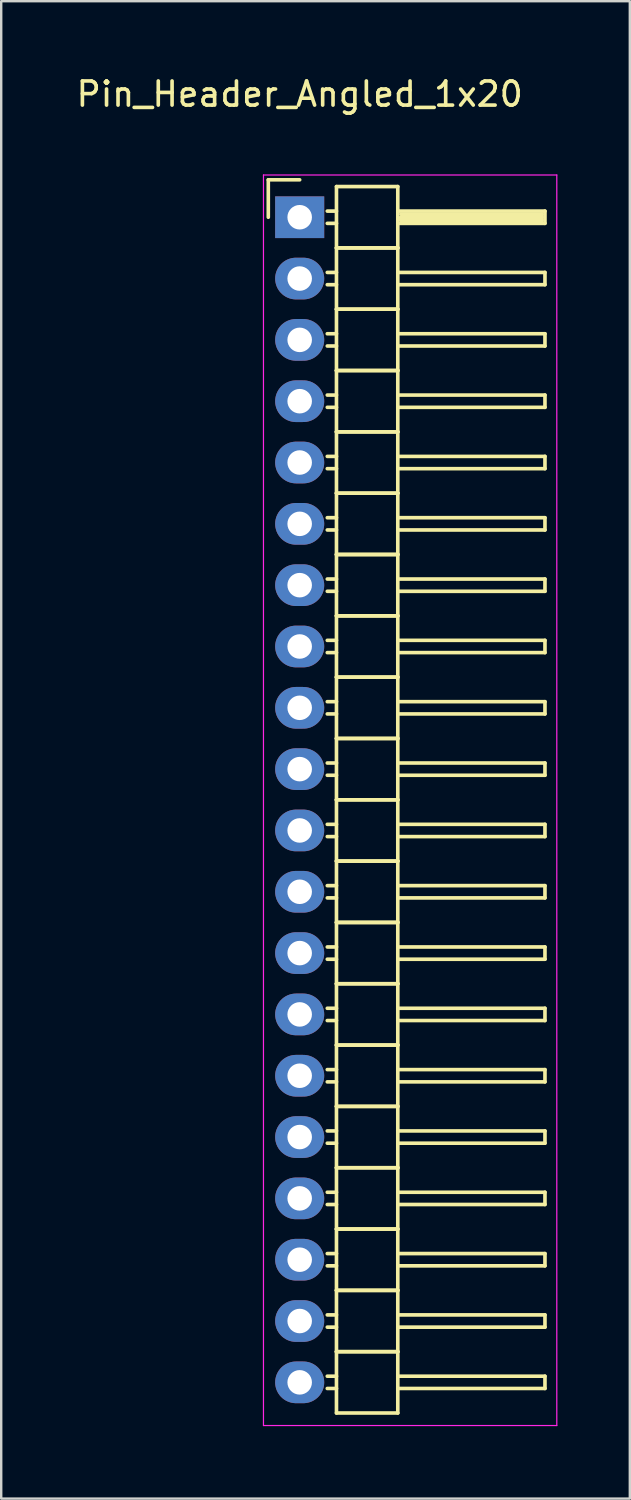
<source format=kicad_pcb>
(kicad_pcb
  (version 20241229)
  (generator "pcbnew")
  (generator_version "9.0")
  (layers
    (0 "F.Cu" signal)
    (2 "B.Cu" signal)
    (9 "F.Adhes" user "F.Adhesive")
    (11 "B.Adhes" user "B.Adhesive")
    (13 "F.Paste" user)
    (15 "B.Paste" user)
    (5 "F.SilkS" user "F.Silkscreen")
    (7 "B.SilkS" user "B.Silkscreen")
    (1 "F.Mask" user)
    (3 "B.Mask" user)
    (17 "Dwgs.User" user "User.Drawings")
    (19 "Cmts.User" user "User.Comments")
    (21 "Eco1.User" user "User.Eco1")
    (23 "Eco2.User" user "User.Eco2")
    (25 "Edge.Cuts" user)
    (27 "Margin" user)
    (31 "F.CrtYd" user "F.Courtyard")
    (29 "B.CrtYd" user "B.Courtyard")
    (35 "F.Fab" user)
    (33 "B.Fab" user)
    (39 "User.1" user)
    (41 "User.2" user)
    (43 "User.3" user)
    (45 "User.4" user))
  (footprint "Pin_Header_Angled_1x20"
    (layer "F.Cu")
    (at 9.363 5.948)
    (property "Reference" "Pin_Header_Angled_1x20" (at 0 -5.1 0) (layer "F.SilkS") (effects (font (size 1 1) (thickness 0.15))))
    (attr through_hole)
    (fp_line (start -1.3 -1.55) (end -1.3 0) (stroke (width 0.15) (type solid)) (layer "F.SilkS"))
    (fp_line (start 0 -1.55) (end -1.3 -1.55) (stroke (width 0.15) (type solid)) (layer "F.SilkS"))
    (fp_line (start 1.524 -1.27) (end 1.524 1.27) (stroke (width 0.15) (type solid)) (layer "F.SilkS"))
    (fp_line (start 1.524 -1.27) (end 4.064 -1.27) (stroke (width 0.15) (type solid)) (layer "F.SilkS"))
    (fp_line (start 1.524 -0.254) (end 1.143 -0.254) (stroke (width 0.15) (type solid)) (layer "F.SilkS"))
    (fp_line (start 1.524 0.254) (end 1.143 0.254) (stroke (width 0.15) (type solid)) (layer "F.SilkS"))
    (fp_line (start 1.524 1.27) (end 1.524 3.81) (stroke (width 0.15) (type solid)) (layer "F.SilkS"))
    (fp_line (start 1.524 1.27) (end 4.064 1.27) (stroke (width 0.15) (type solid)) (layer "F.SilkS"))
    (fp_line (start 1.524 1.27) (end 4.064 1.27) (stroke (width 0.15) (type solid)) (layer "F.SilkS"))
    (fp_line (start 1.524 2.286) (end 1.143 2.286) (stroke (width 0.15) (type solid)) (layer "F.SilkS"))
    (fp_line (start 1.524 2.794) (end 1.143 2.794) (stroke (width 0.15) (type solid)) (layer "F.SilkS"))
    (fp_line (start 1.524 3.81) (end 1.524 6.35) (stroke (width 0.15) (type solid)) (layer "F.SilkS"))
    (fp_line (start 1.524 3.81) (end 4.064 3.81) (stroke (width 0.15) (type solid)) (layer "F.SilkS"))
    (fp_line (start 1.524 3.81) (end 4.064 3.81) (stroke (width 0.15) (type solid)) (layer "F.SilkS"))
    (fp_line (start 1.524 4.826) (end 1.143 4.826) (stroke (width 0.15) (type solid)) (layer "F.SilkS"))
    (fp_line (start 1.524 5.334) (end 1.143 5.334) (stroke (width 0.15) (type solid)) (layer "F.SilkS"))
    (fp_line (start 1.524 6.35) (end 1.524 8.89) (stroke (width 0.15) (type solid)) (layer "F.SilkS"))
    (fp_line (start 1.524 6.35) (end 4.064 6.35) (stroke (width 0.15) (type solid)) (layer "F.SilkS"))
    (fp_line (start 1.524 6.35) (end 4.064 6.35) (stroke (width 0.15) (type solid)) (layer "F.SilkS"))
    (fp_line (start 1.524 7.366) (end 1.143 7.366) (stroke (width 0.15) (type solid)) (layer "F.SilkS"))
    (fp_line (start 1.524 7.874) (end 1.143 7.874) (stroke (width 0.15) (type solid)) (layer "F.SilkS"))
    (fp_line (start 1.524 8.89) (end 1.524 11.43) (stroke (width 0.15) (type solid)) (layer "F.SilkS"))
    (fp_line (start 1.524 8.89) (end 4.064 8.89) (stroke (width 0.15) (type solid)) (layer "F.SilkS"))
    (fp_line (start 1.524 8.89) (end 4.064 8.89) (stroke (width 0.15) (type solid)) (layer "F.SilkS"))
    (fp_line (start 1.524 9.906) (end 1.143 9.906) (stroke (width 0.15) (type solid)) (layer "F.SilkS"))
    (fp_line (start 1.524 10.414) (end 1.143 10.414) (stroke (width 0.15) (type solid)) (layer "F.SilkS"))
    (fp_line (start 1.524 11.43) (end 1.524 13.97) (stroke (width 0.15) (type solid)) (layer "F.SilkS"))
    (fp_line (start 1.524 11.43) (end 4.064 11.43) (stroke (width 0.15) (type solid)) (layer "F.SilkS"))
    (fp_line (start 1.524 11.43) (end 4.064 11.43) (stroke (width 0.15) (type solid)) (layer "F.SilkS"))
    (fp_line (start 1.524 12.446) (end 1.143 12.446) (stroke (width 0.15) (type solid)) (layer "F.SilkS"))
    (fp_line (start 1.524 12.954) (end 1.143 12.954) (stroke (width 0.15) (type solid)) (layer "F.SilkS"))
    (fp_line (start 1.524 13.97) (end 1.524 16.51) (stroke (width 0.15) (type solid)) (layer "F.SilkS"))
    (fp_line (start 1.524 13.97) (end 4.064 13.97) (stroke (width 0.15) (type solid)) (layer "F.SilkS"))
    (fp_line (start 1.524 13.97) (end 4.064 13.97) (stroke (width 0.15) (type solid)) (layer "F.SilkS"))
    (fp_line (start 1.524 14.986) (end 1.143 14.986) (stroke (width 0.15) (type solid)) (layer "F.SilkS"))
    (fp_line (start 1.524 15.494) (end 1.143 15.494) (stroke (width 0.15) (type solid)) (layer "F.SilkS"))
    (fp_line (start 1.524 16.51) (end 1.524 19.05) (stroke (width 0.15) (type solid)) (layer "F.SilkS"))
    (fp_line (start 1.524 16.51) (end 4.064 16.51) (stroke (width 0.15) (type solid)) (layer "F.SilkS"))
    (fp_line (start 1.524 16.51) (end 4.064 16.51) (stroke (width 0.15) (type solid)) (layer "F.SilkS"))
    (fp_line (start 1.524 17.526) (end 1.143 17.526) (stroke (width 0.15) (type solid)) (layer "F.SilkS"))
    (fp_line (start 1.524 18.034) (end 1.143 18.034) (stroke (width 0.15) (type solid)) (layer "F.SilkS"))
    (fp_line (start 1.524 19.05) (end 1.524 21.59) (stroke (width 0.15) (type solid)) (layer "F.SilkS"))
    (fp_line (start 1.524 19.05) (end 4.064 19.05) (stroke (width 0.15) (type solid)) (layer "F.SilkS"))
    (fp_line (start 1.524 19.05) (end 4.064 19.05) (stroke (width 0.15) (type solid)) (layer "F.SilkS"))
    (fp_line (start 1.524 20.066) (end 1.143 20.066) (stroke (width 0.15) (type solid)) (layer "F.SilkS"))
    (fp_line (start 1.524 20.574) (end 1.143 20.574) (stroke (width 0.15) (type solid)) (layer "F.SilkS"))
    (fp_line (start 1.524 21.59) (end 1.524 24.13) (stroke (width 0.15) (type solid)) (layer "F.SilkS"))
    (fp_line (start 1.524 21.59) (end 4.064 21.59) (stroke (width 0.15) (type solid)) (layer "F.SilkS"))
    (fp_line (start 1.524 21.59) (end 4.064 21.59) (stroke (width 0.15) (type solid)) (layer "F.SilkS"))
    (fp_line (start 1.524 22.606) (end 1.143 22.606) (stroke (width 0.15) (type solid)) (layer "F.SilkS"))
    (fp_line (start 1.524 23.114) (end 1.143 23.114) (stroke (width 0.15) (type solid)) (layer "F.SilkS"))
    (fp_line (start 1.524 24.13) (end 1.524 26.67) (stroke (width 0.15) (type solid)) (layer "F.SilkS"))
    (fp_line (start 1.524 24.13) (end 4.064 24.13) (stroke (width 0.15) (type solid)) (layer "F.SilkS"))
    (fp_line (start 1.524 24.13) (end 4.064 24.13) (stroke (width 0.15) (type solid)) (layer "F.SilkS"))
    (fp_line (start 1.524 25.146) (end 1.143 25.146) (stroke (width 0.15) (type solid)) (layer "F.SilkS"))
    (fp_line (start 1.524 25.654) (end 1.143 25.654) (stroke (width 0.15) (type solid)) (layer "F.SilkS"))
    (fp_line (start 1.524 26.67) (end 1.524 29.21) (stroke (width 0.15) (type solid)) (layer "F.SilkS"))
    (fp_line (start 1.524 26.67) (end 4.064 26.67) (stroke (width 0.15) (type solid)) (layer "F.SilkS"))
    (fp_line (start 1.524 26.67) (end 4.064 26.67) (stroke (width 0.15) (type solid)) (layer "F.SilkS"))
    (fp_line (start 1.524 27.686) (end 1.143 27.686) (stroke (width 0.15) (type solid)) (layer "F.SilkS"))
    (fp_line (start 1.524 28.194) (end 1.143 28.194) (stroke (width 0.15) (type solid)) (layer "F.SilkS"))
    (fp_line (start 1.524 29.21) (end 1.524 31.75) (stroke (width 0.15) (type solid)) (layer "F.SilkS"))
    (fp_line (start 1.524 29.21) (end 4.064 29.21) (stroke (width 0.15) (type solid)) (layer "F.SilkS"))
    (fp_line (start 1.524 29.21) (end 4.064 29.21) (stroke (width 0.15) (type solid)) (layer "F.SilkS"))
    (fp_line (start 1.524 30.226) (end 1.143 30.226) (stroke (width 0.15) (type solid)) (layer "F.SilkS"))
    (fp_line (start 1.524 30.734) (end 1.143 30.734) (stroke (width 0.15) (type solid)) (layer "F.SilkS"))
    (fp_line (start 1.524 31.75) (end 1.524 34.29) (stroke (width 0.15) (type solid)) (layer "F.SilkS"))
    (fp_line (start 1.524 31.75) (end 4.064 31.75) (stroke (width 0.15) (type solid)) (layer "F.SilkS"))
    (fp_line (start 1.524 31.75) (end 4.064 31.75) (stroke (width 0.15) (type solid)) (layer "F.SilkS"))
    (fp_line (start 1.524 32.766) (end 1.143 32.766) (stroke (width 0.15) (type solid)) (layer "F.SilkS"))
    (fp_line (start 1.524 33.274) (end 1.143 33.274) (stroke (width 0.15) (type solid)) (layer "F.SilkS"))
    (fp_line (start 1.524 34.29) (end 1.524 36.83) (stroke (width 0.15) (type solid)) (layer "F.SilkS"))
    (fp_line (start 1.524 34.29) (end 4.064 34.29) (stroke (width 0.15) (type solid)) (layer "F.SilkS"))
    (fp_line (start 1.524 34.29) (end 4.064 34.29) (stroke (width 0.15) (type solid)) (layer "F.SilkS"))
    (fp_line (start 1.524 35.306) (end 1.143 35.306) (stroke (width 0.15) (type solid)) (layer "F.SilkS"))
    (fp_line (start 1.524 35.814) (end 1.143 35.814) (stroke (width 0.15) (type solid)) (layer "F.SilkS"))
    (fp_line (start 1.524 36.83) (end 1.524 39.37) (stroke (width 0.15) (type solid)) (layer "F.SilkS"))
    (fp_line (start 1.524 36.83) (end 4.064 36.83) (stroke (width 0.15) (type solid)) (layer "F.SilkS"))
    (fp_line (start 1.524 36.83) (end 4.064 36.83) (stroke (width 0.15) (type solid)) (layer "F.SilkS"))
    (fp_line (start 1.524 37.846) (end 1.143 37.846) (stroke (width 0.15) (type solid)) (layer "F.SilkS"))
    (fp_line (start 1.524 38.354) (end 1.143 38.354) (stroke (width 0.15) (type solid)) (layer "F.SilkS"))
    (fp_line (start 1.524 39.37) (end 1.524 41.91) (stroke (width 0.15) (type solid)) (layer "F.SilkS"))
    (fp_line (start 1.524 39.37) (end 4.064 39.37) (stroke (width 0.15) (type solid)) (layer "F.SilkS"))
    (fp_line (start 1.524 39.37) (end 4.064 39.37) (stroke (width 0.15) (type solid)) (layer "F.SilkS"))
    (fp_line (start 1.524 40.386) (end 1.143 40.386) (stroke (width 0.15) (type solid)) (layer "F.SilkS"))
    (fp_line (start 1.524 40.894) (end 1.143 40.894) (stroke (width 0.15) (type solid)) (layer "F.SilkS"))
    (fp_line (start 1.524 41.91) (end 1.524 44.45) (stroke (width 0.15) (type solid)) (layer "F.SilkS"))
    (fp_line (start 1.524 41.91) (end 4.064 41.91) (stroke (width 0.15) (type solid)) (layer "F.SilkS"))
    (fp_line (start 1.524 41.91) (end 4.064 41.91) (stroke (width 0.15) (type solid)) (layer "F.SilkS"))
    (fp_line (start 1.524 42.926) (end 1.143 42.926) (stroke (width 0.15) (type solid)) (layer "F.SilkS"))
    (fp_line (start 1.524 43.434) (end 1.143 43.434) (stroke (width 0.15) (type solid)) (layer "F.SilkS"))
    (fp_line (start 1.524 44.45) (end 1.524 46.99) (stroke (width 0.15) (type solid)) (layer "F.SilkS"))
    (fp_line (start 1.524 44.45) (end 4.064 44.45) (stroke (width 0.15) (type solid)) (layer "F.SilkS"))
    (fp_line (start 1.524 44.45) (end 4.064 44.45) (stroke (width 0.15) (type solid)) (layer "F.SilkS"))
    (fp_line (start 1.524 45.466) (end 1.143 45.466) (stroke (width 0.15) (type solid)) (layer "F.SilkS"))
    (fp_line (start 1.524 45.974) (end 1.143 45.974) (stroke (width 0.15) (type solid)) (layer "F.SilkS"))
    (fp_line (start 1.524 46.99) (end 1.524 49.53) (stroke (width 0.15) (type solid)) (layer "F.SilkS"))
    (fp_line (start 1.524 46.99) (end 4.064 46.99) (stroke (width 0.15) (type solid)) (layer "F.SilkS"))
    (fp_line (start 1.524 46.99) (end 4.064 46.99) (stroke (width 0.15) (type solid)) (layer "F.SilkS"))
    (fp_line (start 1.524 48.006) (end 1.143 48.006) (stroke (width 0.15) (type solid)) (layer "F.SilkS"))
    (fp_line (start 1.524 48.514) (end 1.143 48.514) (stroke (width 0.15) (type solid)) (layer "F.SilkS"))
    (fp_line (start 1.524 49.53) (end 4.064 49.53) (stroke (width 0.15) (type solid)) (layer "F.SilkS"))
    (fp_line (start 4.064 -0.254) (end 10.16 -0.254) (stroke (width 0.15) (type solid)) (layer "F.SilkS"))
    (fp_line (start 4.064 1.27) (end 4.064 -1.27) (stroke (width 0.15) (type solid)) (layer "F.SilkS"))
    (fp_line (start 4.064 2.286) (end 10.16 2.286) (stroke (width 0.15) (type solid)) (layer "F.SilkS"))
    (fp_line (start 4.064 3.81) (end 4.064 1.27) (stroke (width 0.15) (type solid)) (layer "F.SilkS"))
    (fp_line (start 4.064 4.826) (end 10.16 4.826) (stroke (width 0.15) (type solid)) (layer "F.SilkS"))
    (fp_line (start 4.064 6.35) (end 4.064 3.81) (stroke (width 0.15) (type solid)) (layer "F.SilkS"))
    (fp_line (start 4.064 7.366) (end 10.16 7.366) (stroke (width 0.15) (type solid)) (layer "F.SilkS"))
    (fp_line (start 4.064 8.89) (end 4.064 6.35) (stroke (width 0.15) (type solid)) (layer "F.SilkS"))
    (fp_line (start 4.064 9.906) (end 10.16 9.906) (stroke (width 0.15) (type solid)) (layer "F.SilkS"))
    (fp_line (start 4.064 11.43) (end 4.064 8.89) (stroke (width 0.15) (type solid)) (layer "F.SilkS"))
    (fp_line (start 4.064 12.446) (end 10.16 12.446) (stroke (width 0.15) (type solid)) (layer "F.SilkS"))
    (fp_line (start 4.064 13.97) (end 4.064 11.43) (stroke (width 0.15) (type solid)) (layer "F.SilkS"))
    (fp_line (start 4.064 14.986) (end 10.16 14.986) (stroke (width 0.15) (type solid)) (layer "F.SilkS"))
    (fp_line (start 4.064 16.51) (end 4.064 13.97) (stroke (width 0.15) (type solid)) (layer "F.SilkS"))
    (fp_line (start 4.064 17.526) (end 10.16 17.526) (stroke (width 0.15) (type solid)) (layer "F.SilkS"))
    (fp_line (start 4.064 19.05) (end 4.064 16.51) (stroke (width 0.15) (type solid)) (layer "F.SilkS"))
    (fp_line (start 4.064 20.066) (end 10.16 20.066) (stroke (width 0.15) (type solid)) (layer "F.SilkS"))
    (fp_line (start 4.064 21.59) (end 4.064 19.05) (stroke (width 0.15) (type solid)) (layer "F.SilkS"))
    (fp_line (start 4.064 22.606) (end 10.16 22.606) (stroke (width 0.15) (type solid)) (layer "F.SilkS"))
    (fp_line (start 4.064 24.13) (end 4.064 21.59) (stroke (width 0.15) (type solid)) (layer "F.SilkS"))
    (fp_line (start 4.064 25.146) (end 10.16 25.146) (stroke (width 0.15) (type solid)) (layer "F.SilkS"))
    (fp_line (start 4.064 26.67) (end 4.064 24.13) (stroke (width 0.15) (type solid)) (layer "F.SilkS"))
    (fp_line (start 4.064 27.686) (end 10.16 27.686) (stroke (width 0.15) (type solid)) (layer "F.SilkS"))
    (fp_line (start 4.064 29.21) (end 4.064 26.67) (stroke (width 0.15) (type solid)) (layer "F.SilkS"))
    (fp_line (start 4.064 30.226) (end 10.16 30.226) (stroke (width 0.15) (type solid)) (layer "F.SilkS"))
    (fp_line (start 4.064 31.75) (end 4.064 29.21) (stroke (width 0.15) (type solid)) (layer "F.SilkS"))
    (fp_line (start 4.064 32.766) (end 10.16 32.766) (stroke (width 0.15) (type solid)) (layer "F.SilkS"))
    (fp_line (start 4.064 34.29) (end 4.064 31.75) (stroke (width 0.15) (type solid)) (layer "F.SilkS"))
    (fp_line (start 4.064 35.306) (end 10.16 35.306) (stroke (width 0.15) (type solid)) (layer "F.SilkS"))
    (fp_line (start 4.064 36.83) (end 4.064 34.29) (stroke (width 0.15) (type solid)) (layer "F.SilkS"))
    (fp_line (start 4.064 37.846) (end 10.16 37.846) (stroke (width 0.15) (type solid)) (layer "F.SilkS"))
    (fp_line (start 4.064 39.37) (end 4.064 36.83) (stroke (width 0.15) (type solid)) (layer "F.SilkS"))
    (fp_line (start 4.064 40.386) (end 10.16 40.386) (stroke (width 0.15) (type solid)) (layer "F.SilkS"))
    (fp_line (start 4.064 41.91) (end 4.064 39.37) (stroke (width 0.15) (type solid)) (layer "F.SilkS"))
    (fp_line (start 4.064 42.926) (end 10.16 42.926) (stroke (width 0.15) (type solid)) (layer "F.SilkS"))
    (fp_line (start 4.064 44.45) (end 4.064 41.91) (stroke (width 0.15) (type solid)) (layer "F.SilkS"))
    (fp_line (start 4.064 45.466) (end 10.16 45.466) (stroke (width 0.15) (type solid)) (layer "F.SilkS"))
    (fp_line (start 4.064 46.99) (end 4.064 44.45) (stroke (width 0.15) (type solid)) (layer "F.SilkS"))
    (fp_line (start 4.064 48.006) (end 10.16 48.006) (stroke (width 0.15) (type solid)) (layer "F.SilkS"))
    (fp_line (start 4.064 49.53) (end 4.064 46.99) (stroke (width 0.15) (type solid)) (layer "F.SilkS"))
    (fp_line (start 4.191 -0.127) (end 10.033 -0.127) (stroke (width 0.15) (type solid)) (layer "F.SilkS"))
    (fp_line (start 4.191 0) (end 10.033 0) (stroke (width 0.15) (type solid)) (layer "F.SilkS"))
    (fp_line (start 4.191 0.127) (end 4.191 0) (stroke (width 0.15) (type solid)) (layer "F.SilkS"))
    (fp_line (start 10.033 -0.127) (end 10.033 0.127) (stroke (width 0.15) (type solid)) (layer "F.SilkS"))
    (fp_line (start 10.033 0.127) (end 4.191 0.127) (stroke (width 0.15) (type solid)) (layer "F.SilkS"))
    (fp_line (start 10.16 -0.254) (end 10.16 0.254) (stroke (width 0.15) (type solid)) (layer "F.SilkS"))
    (fp_line (start 10.16 0.254) (end 4.064 0.254) (stroke (width 0.15) (type solid)) (layer "F.SilkS"))
    (fp_line (start 10.16 2.286) (end 10.16 2.794) (stroke (width 0.15) (type solid)) (layer "F.SilkS"))
    (fp_line (start 10.16 2.794) (end 4.064 2.794) (stroke (width 0.15) (type solid)) (layer "F.SilkS"))
    (fp_line (start 10.16 4.826) (end 10.16 5.334) (stroke (width 0.15) (type solid)) (layer "F.SilkS"))
    (fp_line (start 10.16 5.334) (end 4.064 5.334) (stroke (width 0.15) (type solid)) (layer "F.SilkS"))
    (fp_line (start 10.16 7.366) (end 10.16 7.874) (stroke (width 0.15) (type solid)) (layer "F.SilkS"))
    (fp_line (start 10.16 7.874) (end 4.064 7.874) (stroke (width 0.15) (type solid)) (layer "F.SilkS"))
    (fp_line (start 10.16 9.906) (end 10.16 10.414) (stroke (width 0.15) (type solid)) (layer "F.SilkS"))
    (fp_line (start 10.16 10.414) (end 4.064 10.414) (stroke (width 0.15) (type solid)) (layer "F.SilkS"))
    (fp_line (start 10.16 12.446) (end 10.16 12.954) (stroke (width 0.15) (type solid)) (layer "F.SilkS"))
    (fp_line (start 10.16 12.954) (end 4.064 12.954) (stroke (width 0.15) (type solid)) (layer "F.SilkS"))
    (fp_line (start 10.16 14.986) (end 10.16 15.494) (stroke (width 0.15) (type solid)) (layer "F.SilkS"))
    (fp_line (start 10.16 15.494) (end 4.064 15.494) (stroke (width 0.15) (type solid)) (layer "F.SilkS"))
    (fp_line (start 10.16 17.526) (end 10.16 18.034) (stroke (width 0.15) (type solid)) (layer "F.SilkS"))
    (fp_line (start 10.16 18.034) (end 4.064 18.034) (stroke (width 0.15) (type solid)) (layer "F.SilkS"))
    (fp_line (start 10.16 20.066) (end 10.16 20.574) (stroke (width 0.15) (type solid)) (layer "F.SilkS"))
    (fp_line (start 10.16 20.574) (end 4.064 20.574) (stroke (width 0.15) (type solid)) (layer "F.SilkS"))
    (fp_line (start 10.16 22.606) (end 10.16 23.114) (stroke (width 0.15) (type solid)) (layer "F.SilkS"))
    (fp_line (start 10.16 23.114) (end 4.064 23.114) (stroke (width 0.15) (type solid)) (layer "F.SilkS"))
    (fp_line (start 10.16 25.146) (end 10.16 25.654) (stroke (width 0.15) (type solid)) (layer "F.SilkS"))
    (fp_line (start 10.16 25.654) (end 4.064 25.654) (stroke (width 0.15) (type solid)) (layer "F.SilkS"))
    (fp_line (start 10.16 27.686) (end 10.16 28.194) (stroke (width 0.15) (type solid)) (layer "F.SilkS"))
    (fp_line (start 10.16 28.194) (end 4.064 28.194) (stroke (width 0.15) (type solid)) (layer "F.SilkS"))
    (fp_line (start 10.16 30.226) (end 10.16 30.734) (stroke (width 0.15) (type solid)) (layer "F.SilkS"))
    (fp_line (start 10.16 30.734) (end 4.064 30.734) (stroke (width 0.15) (type solid)) (layer "F.SilkS"))
    (fp_line (start 10.16 32.766) (end 10.16 33.274) (stroke (width 0.15) (type solid)) (layer "F.SilkS"))
    (fp_line (start 10.16 33.274) (end 4.064 33.274) (stroke (width 0.15) (type solid)) (layer "F.SilkS"))
    (fp_line (start 10.16 35.306) (end 10.16 35.814) (stroke (width 0.15) (type solid)) (layer "F.SilkS"))
    (fp_line (start 10.16 35.814) (end 4.064 35.814) (stroke (width 0.15) (type solid)) (layer "F.SilkS"))
    (fp_line (start 10.16 37.846) (end 10.16 38.354) (stroke (width 0.15) (type solid)) (layer "F.SilkS"))
    (fp_line (start 10.16 38.354) (end 4.064 38.354) (stroke (width 0.15) (type solid)) (layer "F.SilkS"))
    (fp_line (start 10.16 40.386) (end 10.16 40.894) (stroke (width 0.15) (type solid)) (layer "F.SilkS"))
    (fp_line (start 10.16 40.894) (end 4.064 40.894) (stroke (width 0.15) (type solid)) (layer "F.SilkS"))
    (fp_line (start 10.16 42.926) (end 10.16 43.434) (stroke (width 0.15) (type solid)) (layer "F.SilkS"))
    (fp_line (start 10.16 43.434) (end 4.064 43.434) (stroke (width 0.15) (type solid)) (layer "F.SilkS"))
    (fp_line (start 10.16 45.466) (end 10.16 45.974) (stroke (width 0.15) (type solid)) (layer "F.SilkS"))
    (fp_line (start 10.16 45.974) (end 4.064 45.974) (stroke (width 0.15) (type solid)) (layer "F.SilkS"))
    (fp_line (start 10.16 48.006) (end 10.16 48.514) (stroke (width 0.15) (type solid)) (layer "F.SilkS"))
    (fp_line (start 10.16 48.514) (end 4.064 48.514) (stroke (width 0.15) (type solid)) (layer "F.SilkS"))
    (fp_line (start -1.5 -1.75) (end -1.5 50.05) (stroke (width 0.05) (type solid)) (layer "F.CrtYd"))
    (fp_line (start -1.5 -1.75) (end 10.65 -1.75) (stroke (width 0.05) (type solid)) (layer "F.CrtYd"))
    (fp_line (start -1.5 50.05) (end 10.65 50.05) (stroke (width 0.05) (type solid)) (layer "F.CrtYd"))
    (fp_line (start 10.65 -1.75) (end 10.65 50.05) (stroke (width 0.05) (type solid)) (layer "F.CrtYd"))
    (pad "1" thru_hole rect (at 0 0) (size 2.032 1.727) (drill 1.016) (layers "*.Cu" "*.Mask"))
    (pad "2" thru_hole oval (at 0 2.54) (size 2.032 1.727) (drill 1.016) (layers "*.Cu" "*.Mask"))
    (pad "3" thru_hole oval (at 0 5.08) (size 2.032 1.727) (drill 1.016) (layers "*.Cu" "*.Mask"))
    (pad "4" thru_hole oval (at 0 7.62) (size 2.032 1.727) (drill 1.016) (layers "*.Cu" "*.Mask"))
    (pad "5" thru_hole oval (at 0 10.16) (size 2.032 1.727) (drill 1.016) (layers "*.Cu" "*.Mask"))
    (pad "6" thru_hole oval (at 0 12.7) (size 2.032 1.727) (drill 1.016) (layers "*.Cu" "*.Mask"))
    (pad "7" thru_hole oval (at 0 15.24) (size 2.032 1.727) (drill 1.016) (layers "*.Cu" "*.Mask"))
    (pad "8" thru_hole oval (at 0 17.78) (size 2.032 1.727) (drill 1.016) (layers "*.Cu" "*.Mask"))
    (pad "9" thru_hole oval (at 0 20.32) (size 2.032 1.727) (drill 1.016) (layers "*.Cu" "*.Mask"))
    (pad "10" thru_hole oval (at 0 22.86) (size 2.032 1.727) (drill 1.016) (layers "*.Cu" "*.Mask"))
    (pad "11" thru_hole oval (at 0 25.4) (size 2.032 1.727) (drill 1.016) (layers "*.Cu" "*.Mask"))
    (pad "12" thru_hole oval (at 0 27.94) (size 2.032 1.727) (drill 1.016) (layers "*.Cu" "*.Mask"))
    (pad "13" thru_hole oval (at 0 30.48) (size 2.032 1.727) (drill 1.016) (layers "*.Cu" "*.Mask"))
    (pad "14" thru_hole oval (at 0 33.02) (size 2.032 1.727) (drill 1.016) (layers "*.Cu" "*.Mask"))
    (pad "15" thru_hole oval (at 0 35.56) (size 2.032 1.727) (drill 1.016) (layers "*.Cu" "*.Mask"))
    (pad "16" thru_hole oval (at 0 38.1) (size 2.032 1.727) (drill 1.016) (layers "*.Cu" "*.Mask"))
    (pad "17" thru_hole oval (at 0 40.64) (size 2.032 1.727) (drill 1.016) (layers "*.Cu" "*.Mask"))
    (pad "18" thru_hole oval (at 0 43.18) (size 2.032 1.727) (drill 1.016) (layers "*.Cu" "*.Mask"))
    (pad "19" thru_hole oval (at 0 45.72) (size 2.032 1.727) (drill 1.016) (layers "*.Cu" "*.Mask"))
    (pad "20" thru_hole oval (at 0 48.26) (size 2.032 1.727) (drill 1.016) (layers "*.Cu" "*.Mask")))
  (gr_rect
    (start -3 -3)
    (end 23.038 59.023)
    (stroke (width 0.1) (type default))
    (fill no)
    (layer "Edge.Cuts")))
</source>
